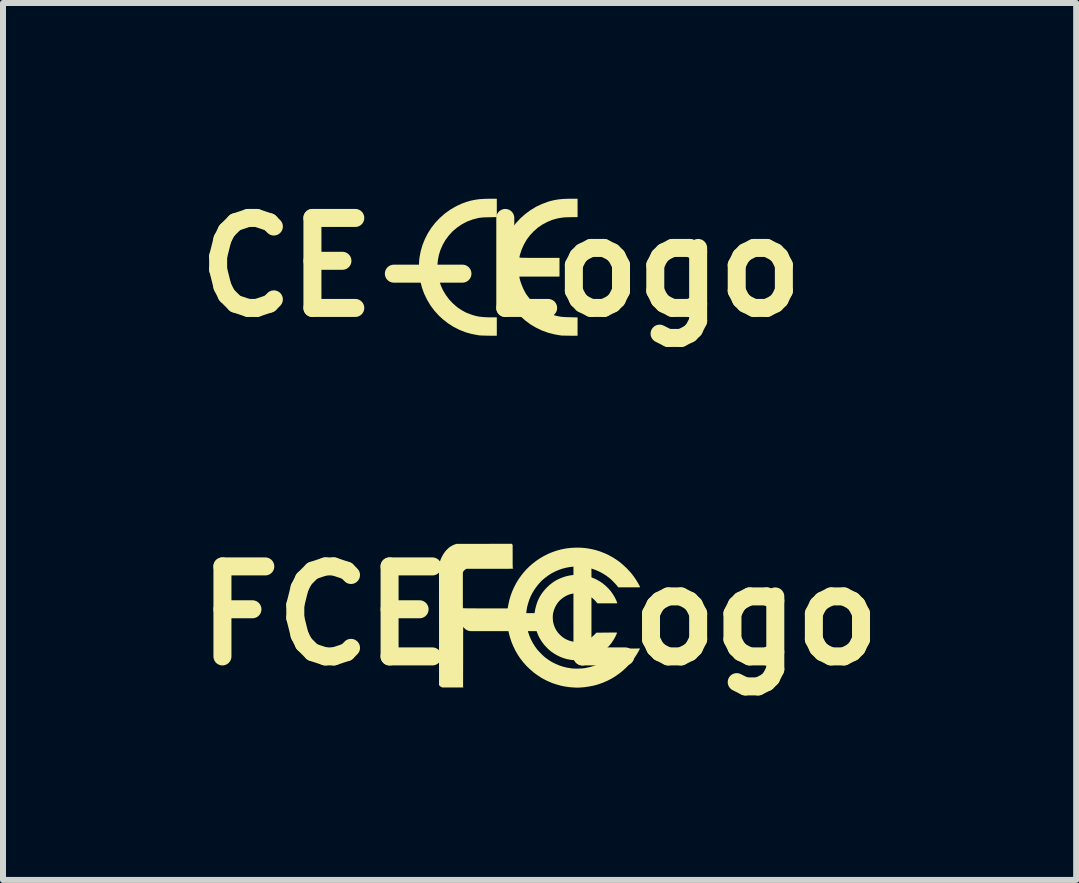
<source format=kicad_pcb>
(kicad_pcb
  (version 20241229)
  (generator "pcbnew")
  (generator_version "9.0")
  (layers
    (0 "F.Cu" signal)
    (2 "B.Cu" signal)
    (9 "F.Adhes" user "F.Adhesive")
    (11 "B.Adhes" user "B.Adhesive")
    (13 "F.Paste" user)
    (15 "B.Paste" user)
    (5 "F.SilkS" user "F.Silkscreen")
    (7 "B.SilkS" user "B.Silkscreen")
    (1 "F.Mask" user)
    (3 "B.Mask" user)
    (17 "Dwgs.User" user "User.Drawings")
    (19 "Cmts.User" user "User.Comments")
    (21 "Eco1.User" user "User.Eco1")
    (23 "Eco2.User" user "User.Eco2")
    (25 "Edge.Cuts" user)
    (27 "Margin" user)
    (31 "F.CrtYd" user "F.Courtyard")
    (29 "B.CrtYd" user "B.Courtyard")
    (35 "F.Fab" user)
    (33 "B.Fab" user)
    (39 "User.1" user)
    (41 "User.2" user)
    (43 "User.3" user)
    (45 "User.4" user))
  (footprint "FCE-Logo"
    (layer "F.Cu")
    (at 5.943 7.212)
    (property "Reference" "FCE-Logo" (at 0 0 0) (layer "F.SilkS") (effects (font (size 1.5 1.5) (thickness 0.3))))
    (attr board_only exclude_from_pos_files exclude_from_bom)
    (fp_poly (pts (xy 0.665 -0.679) (xy 0.701 -0.677) (xy 0.735 -0.673) (xy 0.767 -0.667) (xy 0.8 -0.66) (xy 0.835 -0.65) (xy 0.844 -0.647) (xy 0.901 -0.625) (xy 0.957 -0.599) (xy 1.009 -0.569) (xy 1.058 -0.535) (xy 1.104 -0.496) (xy 1.147 -0.454) (xy 1.187 -0.408) (xy 1.222 -0.358) (xy 1.254 -0.305) (xy 1.263 -0.287) (xy 1.269 -0.275) (xy 1.275 -0.261) (xy 1.281 -0.248) (xy 1.286 -0.235) (xy 1.291 -0.223) (xy 1.294 -0.215) (xy 1.295 -0.209) (xy 1.295 -0.208) (xy 1.292 -0.208) (xy 1.285 -0.208) (xy 1.273 -0.207) (xy 1.257 -0.207) (xy 1.238 -0.207) (xy 1.215 -0.207) (xy 1.19 -0.206) (xy 1.163 -0.206) (xy 1.134 -0.206) (xy 1.128 -0.206) (xy 0.963 -0.206) (xy 0.95 -0.223) (xy 0.938 -0.237) (xy 0.923 -0.254) (xy 0.906 -0.27) (xy 0.889 -0.286) (xy 0.873 -0.298) (xy 0.857 -0.309) (xy 0.839 -0.32) (xy 0.818 -0.331) (xy 0.796 -0.341) (xy 0.776 -0.35) (xy 0.759 -0.355) (xy 0.735 -0.362) (xy 0.713 -0.367) (xy 0.692 -0.371) (xy 0.669 -0.373) (xy 0.643 -0.374) (xy 0.643 -0.374) (xy 0.599 -0.374) (xy 0.557 -0.369) (xy 0.517 -0.361) (xy 0.479 -0.348) (xy 0.445 -0.333) (xy 0.404 -0.309) (xy 0.367 -0.282) (xy 0.334 -0.252) (xy 0.304 -0.218) (xy 0.279 -0.18) (xy 0.257 -0.139) (xy 0.24 -0.096) (xy 0.227 -0.049) (xy 0.225 -0.042) (xy 0.223 -0.026) (xy 0.221 -0.006) (xy 0.22 0.017) (xy 0.22 0.04) (xy 0.221 0.063) (xy 0.223 0.085) (xy 0.225 0.103) (xy 0.227 0.11) (xy 0.239 0.156) (xy 0.256 0.2) (xy 0.277 0.24) (xy 0.303 0.278) (xy 0.331 0.31) (xy 0.364 0.341) (xy 0.399 0.368) (xy 0.437 0.391) (xy 0.477 0.409) (xy 0.519 0.423) (xy 0.561 0.432) (xy 0.604 0.437) (xy 0.647 0.437) (xy 0.69 0.432) (xy 0.733 0.423) (xy 0.775 0.409) (xy 0.815 0.39) (xy 0.854 0.367) (xy 0.86 0.363) (xy 0.875 0.351) (xy 0.892 0.337) (xy 0.908 0.322) (xy 0.923 0.308) (xy 0.935 0.295) (xy 0.935 0.294) (xy 0.944 0.283) (xy 1.118 0.281) (xy 1.152 0.281) (xy 1.183 0.28) (xy 1.21 0.28) (xy 1.234 0.28) (xy 1.254 0.28) (xy 1.271 0.28) (xy 1.282 0.281) (xy 1.289 0.281) (xy 1.291 0.281) (xy 1.29 0.287) (xy 1.287 0.296) (xy 1.282 0.308) (xy 1.275 0.323) (xy 1.267 0.34) (xy 1.264 0.347) (xy 1.235 0.399) (xy 1.202 0.449) (xy 1.165 0.495) (xy 1.124 0.539) (xy 1.08 0.579) (xy 1.032 0.616) (xy 0.982 0.648) (xy 0.933 0.674) (xy 0.88 0.696) (xy 0.825 0.714) (xy 0.769 0.728) (xy 0.712 0.738) (xy 0.655 0.743) (xy 0.599 0.743) (xy 0.581 0.742) (xy 0.519 0.735) (xy 0.459 0.724) (xy 0.4 0.707) (xy 0.343 0.685) (xy 0.288 0.658) (xy 0.235 0.626) (xy 0.183 0.59) (xy 0.182 0.589) (xy 0.166 0.575) (xy 0.148 0.559) (xy 0.129 0.541) (xy 0.11 0.521) (xy 0.092 0.502) (xy 0.077 0.485) (xy 0.071 0.478) (xy 0.035 0.429) (xy 0.004 0.379) (xy -0.023 0.327) (xy -0.044 0.273) (xy -0.062 0.216) (xy -0.075 0.157) (xy -0.081 0.123) (xy -0.083 0.103) (xy -0.085 0.08) (xy -0.085 0.054) (xy -0.086 0.027) (xy -0.085 0.001) (xy -0.084 -0.025) (xy -0.083 -0.047) (xy -0.081 -0.062) (xy -0.069 -0.124) (xy -0.053 -0.184) (xy -0.033 -0.241) (xy -0.008 -0.296) (xy 0.022 -0.347) (xy 0.023 -0.35) (xy 0.054 -0.393) (xy 0.089 -0.436) (xy 0.127 -0.476) (xy 0.168 -0.514) (xy 0.211 -0.548) (xy 0.241 -0.569) (xy 0.279 -0.592) (xy 0.321 -0.613) (xy 0.364 -0.631) (xy 0.408 -0.647) (xy 0.451 -0.66) (xy 0.475 -0.665) (xy 0.499 -0.67) (xy 0.521 -0.674) (xy 0.54 -0.676) (xy 0.56 -0.678) (xy 0.58 -0.679) (xy 0.603 -0.68) (xy 0.625 -0.68)) (stroke (width 0) (type solid)) (fill yes) (layer "F.SilkS"))
    (fp_poly (pts (xy -0.456 -1.189) (xy -0.449 -1.179) (xy -0.449 -0.989) (xy -0.449 -0.953) (xy -0.449 -0.921) (xy -0.449 -0.895) (xy -0.449 -0.872) (xy -0.449 -0.853) (xy -0.448 -0.837) (xy -0.448 -0.825) (xy -0.448 -0.815) (xy -0.447 -0.808) (xy -0.447 -0.803) (xy -0.446 -0.799) (xy -0.446 -0.797) (xy -0.445 -0.795) (xy -0.444 -0.794) (xy -0.443 -0.793) (xy -0.441 -0.791) (xy -0.441 -0.79) (xy -0.441 -0.788) (xy -0.441 -0.787) (xy -0.443 -0.786) (xy -0.447 -0.785) (xy -0.452 -0.785) (xy -0.459 -0.784) (xy -0.469 -0.784) (xy -0.48 -0.783) (xy -0.495 -0.783) (xy -0.512 -0.782) (xy -0.532 -0.782) (xy -0.556 -0.782) (xy -0.583 -0.782) (xy -0.614 -0.782) (xy -0.65 -0.782) (xy -0.689 -0.782) (xy -0.733 -0.782) (xy -0.782 -0.782) (xy -0.834 -0.782) (xy -1.218 -0.782) (xy -1.23 -0.775) (xy -1.244 -0.767) (xy -1.257 -0.755) (xy -1.268 -0.742) (xy -1.273 -0.732) (xy -1.279 -0.72) (xy -1.279 -0.424) (xy -1.279 -0.378) (xy -1.279 -0.336) (xy -1.279 -0.299) (xy -1.279 -0.267) (xy -1.279 -0.239) (xy -1.279 -0.214) (xy -1.279 -0.194) (xy -1.279 -0.176) (xy -1.279 -0.162) (xy -1.278 -0.151) (xy -1.278 -0.142) (xy -1.278 -0.135) (xy -1.277 -0.131) (xy -1.277 -0.128) (xy -1.276 -0.126) (xy -1.276 -0.126) (xy -1.274 -0.125) (xy -1.269 -0.125) (xy -1.262 -0.125) (xy -1.251 -0.124) (xy -1.237 -0.124) (xy -1.22 -0.124) (xy -1.199 -0.123) (xy -1.174 -0.123) (xy -1.145 -0.123) (xy -1.112 -0.123) (xy -1.074 -0.123) (xy -1.032 -0.122) (xy -0.985 -0.122) (xy -0.933 -0.122) (xy -0.901 -0.122) (xy -0.858 -0.122) (xy -0.815 -0.122) (xy -0.775 -0.122) (xy -0.736 -0.122) (xy -0.7 -0.122) (xy -0.667 -0.122) (xy -0.636 -0.122) (xy -0.609 -0.122) (xy -0.585 -0.122) (xy -0.566 -0.122) (xy -0.55 -0.122) (xy -0.539 -0.123) (xy -0.532 -0.123) (xy -0.531 -0.123) (xy -0.53 -0.129) (xy -0.529 -0.14) (xy -0.526 -0.154) (xy -0.523 -0.17) (xy -0.52 -0.188) (xy -0.516 -0.206) (xy -0.512 -0.224) (xy -0.508 -0.241) (xy -0.505 -0.256) (xy -0.505 -0.257) (xy -0.483 -0.333) (xy -0.456 -0.406) (xy -0.424 -0.478) (xy -0.388 -0.547) (xy -0.347 -0.613) (xy -0.301 -0.677) (xy -0.279 -0.705) (xy -0.229 -0.763) (xy -0.175 -0.817) (xy -0.117 -0.868) (xy -0.057 -0.914) (xy 0.006 -0.957) (xy 0.072 -0.995) (xy 0.14 -1.03) (xy 0.21 -1.059) (xy 0.282 -1.084) (xy 0.355 -1.104) (xy 0.429 -1.119) (xy 0.462 -1.124) (xy 0.542 -1.132) (xy 0.622 -1.135) (xy 0.7 -1.133) (xy 0.777 -1.126) (xy 0.853 -1.113) (xy 0.929 -1.096) (xy 1.003 -1.073) (xy 1.076 -1.045) (xy 1.148 -1.012) (xy 1.158 -1.006) (xy 1.219 -0.973) (xy 1.276 -0.937) (xy 1.331 -0.898) (xy 1.383 -0.855) (xy 1.435 -0.807) (xy 1.449 -0.794) (xy 1.484 -0.757) (xy 1.516 -0.722) (xy 1.545 -0.687) (xy 1.572 -0.651) (xy 1.598 -0.613) (xy 1.623 -0.573) (xy 1.63 -0.562) (xy 1.637 -0.55) (xy 1.645 -0.536) (xy 1.653 -0.522) (xy 1.66 -0.508) (xy 1.667 -0.496) (xy 1.672 -0.485) (xy 1.675 -0.478) (xy 1.677 -0.474) (xy 1.677 -0.474) (xy 1.674 -0.474) (xy 1.667 -0.474) (xy 1.655 -0.474) (xy 1.639 -0.473) (xy 1.62 -0.473) (xy 1.597 -0.473) (xy 1.572 -0.473) (xy 1.544 -0.473) (xy 1.515 -0.473) (xy 1.494 -0.473) (xy 1.311 -0.473) (xy 1.294 -0.496) (xy 1.285 -0.507) (xy 1.273 -0.52) (xy 1.259 -0.536) (xy 1.243 -0.552) (xy 1.226 -0.57) (xy 1.209 -0.587) (xy 1.192 -0.603) (xy 1.177 -0.617) (xy 1.163 -0.629) (xy 1.157 -0.634) (xy 1.102 -0.674) (xy 1.045 -0.709) (xy 0.987 -0.739) (xy 0.926 -0.765) (xy 0.864 -0.786) (xy 0.801 -0.802) (xy 0.737 -0.813) (xy 0.672 -0.819) (xy 0.607 -0.82) (xy 0.541 -0.816) (xy 0.507 -0.812) (xy 0.441 -0.8) (xy 0.376 -0.783) (xy 0.314 -0.761) (xy 0.253 -0.734) (xy 0.195 -0.704) (xy 0.14 -0.668) (xy 0.088 -0.629) (xy 0.038 -0.586) (xy -0.003 -0.543) (xy -0.046 -0.491) (xy -0.085 -0.437) (xy -0.119 -0.381) (xy -0.149 -0.323) (xy -0.173 -0.262) (xy -0.193 -0.201) (xy -0.209 -0.138) (xy -0.219 -0.074) (xy -0.225 -0.009) (xy -0.225 0.056) (xy -0.221 0.121) (xy -0.212 0.186) (xy -0.197 0.25) (xy -0.189 0.278) (xy -0.168 0.339) (xy -0.143 0.397) (xy -0.113 0.454) (xy -0.079 0.509) (xy -0.044 0.557) (xy -0.033 0.571) (xy -0.018 0.587) (xy -0.001 0.605) (xy 0.017 0.624) (xy 0.036 0.643) (xy 0.054 0.661) (xy 0.072 0.677) (xy 0.087 0.691) (xy 0.094 0.696) (xy 0.149 0.736) (xy 0.206 0.772) (xy 0.266 0.802) (xy 0.327 0.828) (xy 0.391 0.849) (xy 0.456 0.865) (xy 0.523 0.876) (xy 0.557 0.88) (xy 0.576 0.881) (xy 0.598 0.881) (xy 0.623 0.882) (xy 0.648 0.881) (xy 0.674 0.88) (xy 0.697 0.879) (xy 0.718 0.877) (xy 0.734 0.876) (xy 0.756 0.872) (xy 0.779 0.868) (xy 0.803 0.863) (xy 0.825 0.858) (xy 0.844 0.854) (xy 0.853 0.852) (xy 0.915 0.832) (xy 0.975 0.807) (xy 1.034 0.778) (xy 1.09 0.744) (xy 1.145 0.705) (xy 1.161 0.693) (xy 1.179 0.677) (xy 1.199 0.659) (xy 1.22 0.639) (xy 1.241 0.618) (xy 1.26 0.598) (xy 1.276 0.58) (xy 1.28 0.576) (xy 1.3 0.551) (xy 1.318 0.549) (xy 1.323 0.549) (xy 1.334 0.549) (xy 1.348 0.548) (xy 1.367 0.548) (xy 1.389 0.548) (xy 1.413 0.548) (xy 1.44 0.547) (xy 1.469 0.547) (xy 1.498 0.547) (xy 1.505 0.547) (xy 1.674 0.546) (xy 1.661 0.572) (xy 1.623 0.639) (xy 1.582 0.701) (xy 1.538 0.76) (xy 1.49 0.816) (xy 1.453 0.855) (xy 1.395 0.909) (xy 1.334 0.959) (xy 1.271 1.004) (xy 1.205 1.045) (xy 1.136 1.081) (xy 1.066 1.112) (xy 0.993 1.139) (xy 0.918 1.161) (xy 0.841 1.177) (xy 0.771 1.188) (xy 0.755 1.19) (xy 0.736 1.192) (xy 0.715 1.194) (xy 0.694 1.195) (xy 0.673 1.197) (xy 0.654 1.198) (xy 0.637 1.198) (xy 0.623 1.199) (xy 0.613 1.198) (xy 0.613 1.198) (xy 0.606 1.198) (xy 0.595 1.197) (xy 0.582 1.197) (xy 0.567 1.196) (xy 0.564 1.196) (xy 0.494 1.19) (xy 0.422 1.18) (xy 0.351 1.165) (xy 0.28 1.145) (xy 0.211 1.122) (xy 0.161 1.101) (xy 0.142 1.093) (xy 0.12 1.082) (xy 0.097 1.071) (xy 0.074 1.059) (xy 0.052 1.047) (xy 0.032 1.036) (xy 0.021 1.029) (xy -0.044 0.986) (xy -0.107 0.939) (xy -0.165 0.888) (xy -0.221 0.834) (xy -0.272 0.776) (xy -0.32 0.715) (xy -0.363 0.651) (xy -0.402 0.584) (xy -0.436 0.514) (xy -0.447 0.489) (xy -0.464 0.448) (xy -0.479 0.405) (xy -0.493 0.361) (xy -0.505 0.318) (xy -0.515 0.276) (xy -0.523 0.236) (xy -0.523 0.234) (xy -0.525 0.221) (xy -0.527 0.209) (xy -0.529 0.2) (xy -0.53 0.194) (xy -0.53 0.193) (xy -0.531 0.188) (xy -0.899 0.187) (xy -0.952 0.187) (xy -1 0.187) (xy -1.043 0.187) (xy -1.082 0.187) (xy -1.116 0.187) (xy -1.146 0.187) (xy -1.172 0.187) (xy -1.195 0.187) (xy -1.214 0.187) (xy -1.23 0.187) (xy -1.243 0.188) (xy -1.253 0.188) (xy -1.261 0.188) (xy -1.266 0.189) (xy -1.269 0.189) (xy -1.27 0.19) (xy -1.271 0.19) (xy -1.271 0.192) (xy -1.272 0.195) (xy -1.272 0.2) (xy -1.272 0.206) (xy -1.273 0.214) (xy -1.273 0.224) (xy -1.273 0.237) (xy -1.273 0.252) (xy -1.273 0.27) (xy -1.274 0.29) (xy -1.274 0.314) (xy -1.274 0.342) (xy -1.274 0.373) (xy -1.274 0.407) (xy -1.274 0.446) (xy -1.274 0.489) (xy -1.274 0.537) (xy -1.274 0.589) (xy -1.274 0.646) (xy -1.274 0.69) (xy -1.275 1.187) (xy -1.269 1.192) (xy -1.268 1.193) (xy -1.268 1.193) (xy -1.269 1.194) (xy -1.272 1.195) (xy -1.277 1.195) (xy -1.283 1.195) (xy -1.293 1.196) (xy -1.305 1.196) (xy -1.321 1.196) (xy -1.34 1.196) (xy -1.363 1.196) (xy -1.391 1.196) (xy -1.423 1.196) (xy -1.443 1.196) (xy -1.623 1.196) (xy -1.641 1.186) (xy -1.651 1.18) (xy -1.661 1.173) (xy -1.667 1.167) (xy -1.667 1.166) (xy -1.676 1.156) (xy -1.676 0.148) (xy -1.677 -0.859) (xy -1.665 -0.895) (xy -1.646 -0.945) (xy -1.625 -0.99) (xy -1.601 -1.031) (xy -1.575 -1.068) (xy -1.545 -1.102) (xy -1.513 -1.132) (xy -1.498 -1.144) (xy -1.484 -1.153) (xy -1.467 -1.163) (xy -1.448 -1.173) (xy -1.429 -1.182) (xy -1.411 -1.189) (xy -1.402 -1.192) (xy -1.383 -1.198) (xy -0.922 -1.198) (xy -0.462 -1.199)) (stroke (width 0) (type solid)) (fill yes) (layer "F.SilkS")))
  (footprint "CE-Logo"
    (layer "F.Cu")
    (at 5.3 1.404)
    (property "Reference" "CE-Logo" (at 0 0 0) (layer "F.SilkS") (effects (font (size 1.5 1.5) (thickness 0.3))))
    (attr board_only exclude_from_pos_files exclude_from_bom)
    (fp_poly (pts (xy -0.07 -0.989) (xy -0.07 -0.836) (xy -0.198 -0.833) (xy -0.244 -0.832) (xy -0.282 -0.831) (xy -0.312 -0.829) (xy -0.339 -0.826) (xy -0.362 -0.823) (xy -0.384 -0.819) (xy -0.476 -0.795) (xy -0.564 -0.762) (xy -0.647 -0.719) (xy -0.725 -0.667) (xy -0.797 -0.607) (xy -0.812 -0.593) (xy -0.875 -0.523) (xy -0.929 -0.449) (xy -0.973 -0.371) (xy -1.009 -0.289) (xy -1.035 -0.206) (xy -1.052 -0.12) (xy -1.06 -0.034) (xy -1.059 0.053) (xy -1.049 0.139) (xy -1.029 0.224) (xy -1.002 0.306) (xy -0.965 0.387) (xy -0.919 0.463) (xy -0.865 0.536) (xy -0.802 0.603) (xy -0.74 0.657) (xy -0.714 0.677) (xy -0.682 0.698) (xy -0.649 0.719) (xy -0.617 0.737) (xy -0.589 0.752) (xy -0.579 0.757) (xy -0.52 0.78) (xy -0.465 0.799) (xy -0.411 0.814) (xy -0.357 0.824) (xy -0.299 0.83) (xy -0.235 0.834) (xy -0.176 0.835) (xy -0.07 0.835) (xy -0.07 0.988) (xy -0.07 1.142) (xy -0.198 1.141) (xy -0.242 1.14) (xy -0.284 1.139) (xy -0.322 1.138) (xy -0.354 1.136) (xy -0.378 1.133) (xy -0.379 1.133) (xy -0.487 1.113) (xy -0.593 1.083) (xy -0.694 1.043) (xy -0.792 0.993) (xy -0.884 0.934) (xy -0.971 0.866) (xy -1.034 0.808) (xy -1.109 0.726) (xy -1.175 0.637) (xy -1.231 0.544) (xy -1.279 0.445) (xy -1.317 0.342) (xy -1.345 0.234) (xy -1.362 0.129) (xy -1.365 0.094) (xy -1.367 0.051) (xy -1.368 0.004) (xy -1.367 -0.044) (xy -1.365 -0.09) (xy -1.362 -0.132) (xy -1.359 -0.157) (xy -1.339 -0.265) (xy -1.309 -0.369) (xy -1.269 -0.469) (xy -1.22 -0.565) (xy -1.162 -0.656) (xy -1.096 -0.741) (xy -1.022 -0.819) (xy -0.941 -0.891) (xy -0.853 -0.955) (xy -0.758 -1.011) (xy -0.73 -1.025) (xy -0.655 -1.06) (xy -0.582 -1.087) (xy -0.51 -1.108) (xy -0.434 -1.124) (xy -0.355 -1.135) (xy -0.269 -1.14) (xy -0.194 -1.142) (xy -0.07 -1.142)) (stroke (width 0) (type solid)) (fill yes) (layer "F.SilkS"))
    (fp_poly (pts (xy 1.276 -0.988) (xy 1.276 -0.835) (xy 1.182 -0.835) (xy 1.146 -0.834) (xy 1.11 -0.833) (xy 1.075 -0.832) (xy 1.047 -0.83) (xy 1.035 -0.829) (xy 0.942 -0.814) (xy 0.853 -0.789) (xy 0.769 -0.754) (xy 0.689 -0.711) (xy 0.614 -0.66) (xy 0.546 -0.6) (xy 0.484 -0.534) (xy 0.429 -0.461) (xy 0.383 -0.382) (xy 0.345 -0.297) (xy 0.318 -0.215) (xy 0.313 -0.195) (xy 0.309 -0.177) (xy 0.307 -0.167) (xy 0.307 -0.166) (xy 0.307 -0.164) (xy 0.309 -0.162) (xy 0.313 -0.161) (xy 0.321 -0.16) (xy 0.331 -0.159) (xy 0.347 -0.158) (xy 0.368 -0.157) (xy 0.395 -0.157) (xy 0.429 -0.157) (xy 0.47 -0.156) (xy 0.521 -0.156) (xy 0.58 -0.156) (xy 0.641 -0.156) (xy 0.975 -0.156) (xy 0.975 0) (xy 0.975 0.156) (xy 0.64 0.156) (xy 0.306 0.156) (xy 0.309 0.178) (xy 0.317 0.213) (xy 0.33 0.254) (xy 0.347 0.299) (xy 0.366 0.346) (xy 0.388 0.391) (xy 0.41 0.432) (xy 0.428 0.46) (xy 0.485 0.535) (xy 0.549 0.603) (xy 0.619 0.663) (xy 0.695 0.715) (xy 0.776 0.758) (xy 0.859 0.791) (xy 0.896 0.803) (xy 0.931 0.812) (xy 0.964 0.819) (xy 0.998 0.825) (xy 1.036 0.828) (xy 1.079 0.831) (xy 1.131 0.833) (xy 1.146 0.833) (xy 1.276 0.836) (xy 1.276 0.989) (xy 1.276 1.142) (xy 1.148 1.141) (xy 1.111 1.14) (xy 1.077 1.14) (xy 1.048 1.139) (xy 1.024 1.139) (xy 1.009 1.138) (xy 1.004 1.138) (xy 0.891 1.119) (xy 0.784 1.091) (xy 0.681 1.054) (xy 0.584 1.007) (xy 0.495 0.955) (xy 0.407 0.89) (xy 0.326 0.818) (xy 0.253 0.74) (xy 0.188 0.657) (xy 0.132 0.568) (xy 0.084 0.475) (xy 0.045 0.379) (xy 0.015 0.279) (xy -0.006 0.177) (xy -0.018 0.073) (xy -0.02 -0.031) (xy -0.012 -0.136) (xy 0.005 -0.241) (xy 0.033 -0.345) (xy 0.071 -0.448) (xy 0.079 -0.466) (xy 0.128 -0.563) (xy 0.186 -0.654) (xy 0.252 -0.739) (xy 0.325 -0.817) (xy 0.405 -0.888) (xy 0.492 -0.952) (xy 0.584 -1.008) (xy 0.681 -1.054) (xy 0.781 -1.091) (xy 0.825 -1.104) (xy 0.88 -1.117) (xy 0.934 -1.127) (xy 0.988 -1.134) (xy 1.047 -1.139) (xy 1.112 -1.141) (xy 1.154 -1.142) (xy 1.276 -1.142)) (stroke (width 0) (type solid)) (fill yes) (layer "F.SilkS")))
  (gr_rect
    (start -3 -3)
    (end 14.886 11.616)
    (stroke (width 0.1) (type default))
    (fill no)
    (layer "Edge.Cuts")))
</source>
